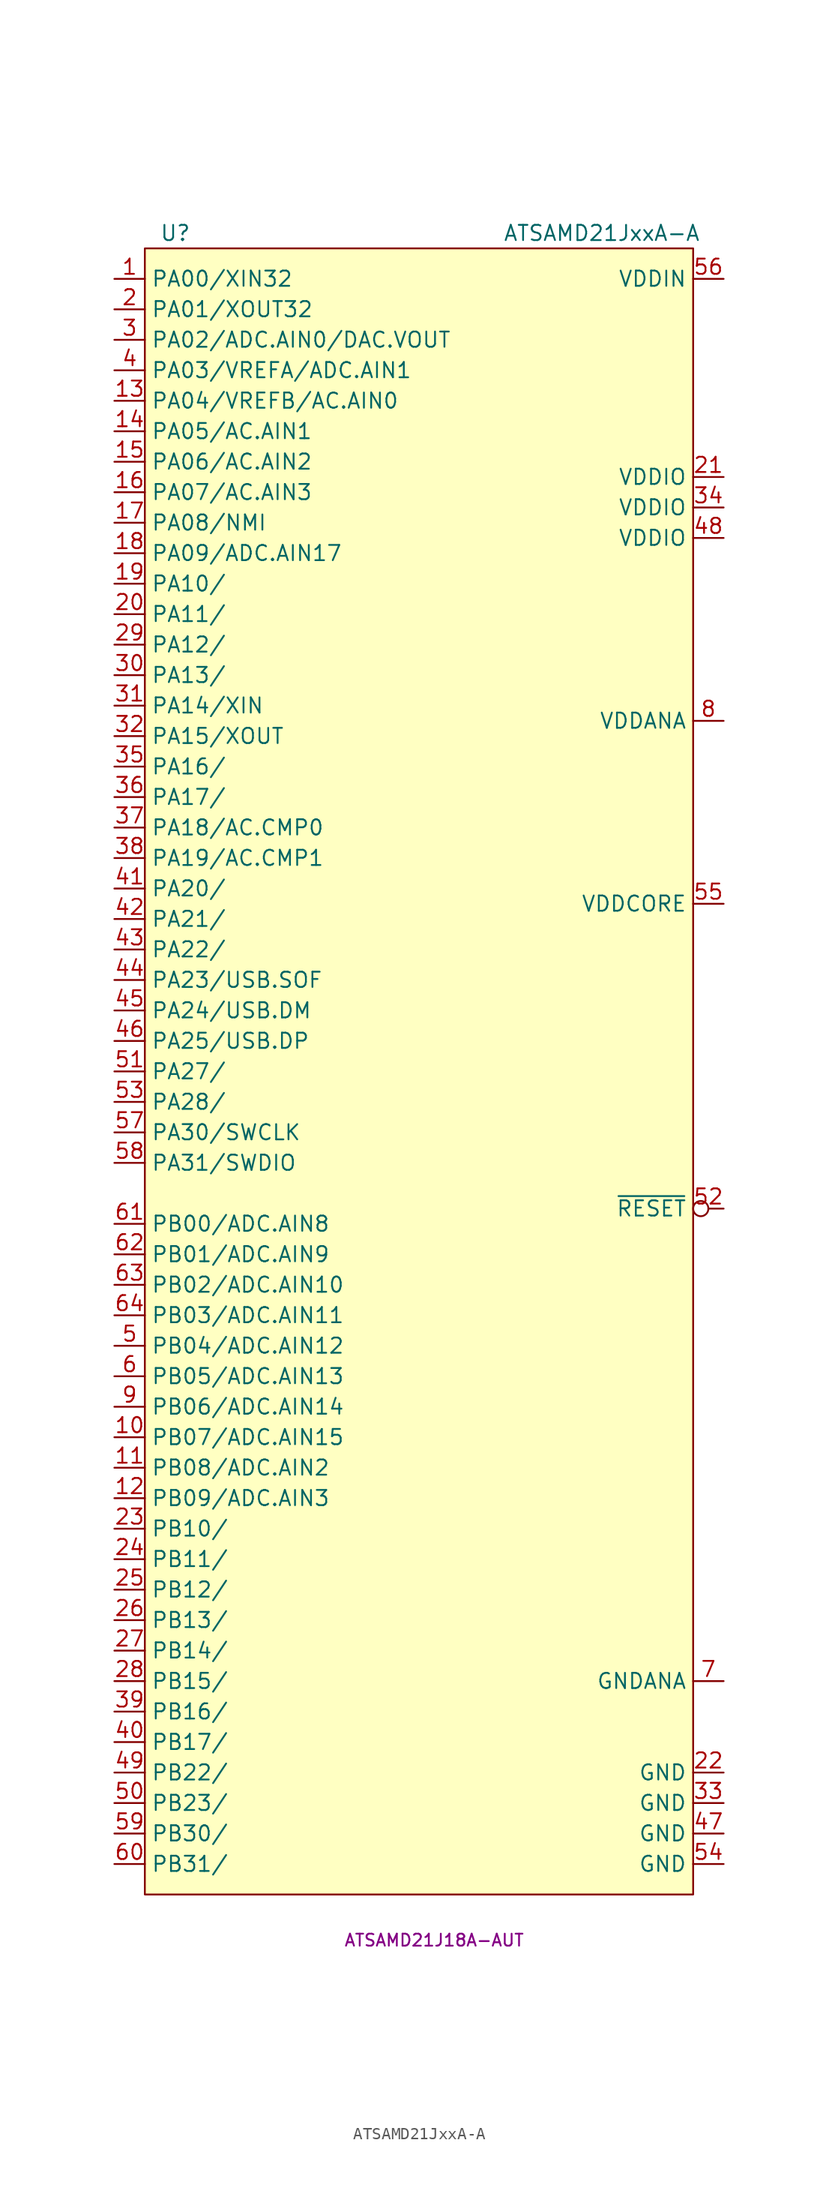
<source format=kicad_sym>
(kicad_symbol_lib
  (version 20231120)
  (generator "kicad_symbol_editor")
  (generator_version "8.0")
  (symbol "ATSAMD21JxxA-A"
    (property "Reference" "U"
      (at -20.32 71.12 0)
      (effects (font (size 1.27 1.27))))
    (property "Value" "ATSAMD21JxxA-A"
      (at 15.24 71.12 0)
      (effects (font (size 1.27 1.27))))
    (property "MPN" "ATSAMD21J18A-AUT"
      (at 1.27 -71.12 0)
      (effects (font (size 1 1))))
    (symbol "ATSAMD21JxxA-A_0_1"
      (rectangle (start -22.86 69.85) (end 22.86 -67.31) (stroke (width 0.152) (type default)) (fill (type background))))
    (symbol "ATSAMD21JxxA-A_1_1"
      (pin bidirectional line (at -25.4 67.31 0) (length 2.54) (name "PA00/XIN32" (effects (font (size 1.27 1.27)))) (number "1" (effects (font (size 1.27 1.27)))))
      (pin bidirectional line (at -25.4 -29.21 0) (length 2.54) (name "PB07/ADC.AIN15" (effects (font (size 1.27 1.27)))) (number "10" (effects (font (size 1.27 1.27)))))
      (pin bidirectional line (at -25.4 -31.75 0) (length 2.54) (name "PB08/ADC.AIN2" (effects (font (size 1.27 1.27)))) (number "11" (effects (font (size 1.27 1.27)))))
      (pin bidirectional line (at -25.4 -34.29 0) (length 2.54) (name "PB09/ADC.AIN3" (effects (font (size 1.27 1.27)))) (number "12" (effects (font (size 1.27 1.27)))))
      (pin bidirectional line (at -25.4 57.15 0) (length 2.54) (name "PA04/VREFB/AC.AIN0" (effects (font (size 1.27 1.27)))) (number "13" (effects (font (size 1.27 1.27)))))
      (pin bidirectional line (at -25.4 54.61 0) (length 2.54) (name "PA05/AC.AIN1" (effects (font (size 1.27 1.27)))) (number "14" (effects (font (size 1.27 1.27)))))
      (pin bidirectional line (at -25.4 52.07 0) (length 2.54) (name "PA06/AC.AIN2" (effects (font (size 1.27 1.27)))) (number "15" (effects (font (size 1.27 1.27)))))
      (pin bidirectional line (at -25.4 49.53 0) (length 2.54) (name "PA07/AC.AIN3" (effects (font (size 1.27 1.27)))) (number "16" (effects (font (size 1.27 1.27)))))
      (pin bidirectional line (at -25.4 46.99 0) (length 2.54) (name "PA08/NMI" (effects (font (size 1.27 1.27)))) (number "17" (effects (font (size 1.27 1.27)))))
      (pin bidirectional line (at -25.4 44.45 0) (length 2.54) (name "PA09/ADC.AIN17" (effects (font (size 1.27 1.27)))) (number "18" (effects (font (size 1.27 1.27)))))
      (pin bidirectional line (at -25.4 41.91 0) (length 2.54) (name "PA10/" (effects (font (size 1.27 1.27)))) (number "19" (effects (font (size 1.27 1.27)))))
      (pin bidirectional line (at -25.4 64.77 0) (length 2.54) (name "PA01/XOUT32" (effects (font (size 1.27 1.27)))) (number "2" (effects (font (size 1.27 1.27)))))
      (pin bidirectional line (at -25.4 39.37 0) (length 2.54) (name "PA11/" (effects (font (size 1.27 1.27)))) (number "20" (effects (font (size 1.27 1.27)))))
      (pin power_in line (at 25.4 50.8 180) (length 2.54) (name "VDDIO" (effects (font (size 1.27 1.27)))) (number "21" (effects (font (size 1.27 1.27)))))
      (pin power_in line (at 25.4 -57.15 180) (length 2.54) (name "GND" (effects (font (size 1.27 1.27)))) (number "22" (effects (font (size 1.27 1.27)))))
      (pin bidirectional line (at -25.4 -36.83 0) (length 2.54) (name "PB10/" (effects (font (size 1.27 1.27)))) (number "23" (effects (font (size 1.27 1.27)))))
      (pin bidirectional line (at -25.4 -39.37 0) (length 2.54) (name "PB11/" (effects (font (size 1.27 1.27)))) (number "24" (effects (font (size 1.27 1.27)))))
      (pin bidirectional line (at -25.4 -41.91 0) (length 2.54) (name "PB12/" (effects (font (size 1.27 1.27)))) (number "25" (effects (font (size 1.27 1.27)))))
      (pin bidirectional line (at -25.4 -44.45 0) (length 2.54) (name "PB13/" (effects (font (size 1.27 1.27)))) (number "26" (effects (font (size 1.27 1.27)))))
      (pin bidirectional line (at -25.4 -46.99 0) (length 2.54) (name "PB14/" (effects (font (size 1.27 1.27)))) (number "27" (effects (font (size 1.27 1.27)))))
      (pin bidirectional line (at -25.4 -49.53 0) (length 2.54) (name "PB15/" (effects (font (size 1.27 1.27)))) (number "28" (effects (font (size 1.27 1.27)))))
      (pin bidirectional line (at -25.4 36.83 0) (length 2.54) (name "PA12/" (effects (font (size 1.27 1.27)))) (number "29" (effects (font (size 1.27 1.27)))))
      (pin bidirectional line (at -25.4 62.23 0) (length 2.54) (name "PA02/ADC.AIN0/DAC.VOUT" (effects (font (size 1.27 1.27)))) (number "3" (effects (font (size 1.27 1.27)))))
      (pin bidirectional line (at -25.4 34.29 0) (length 2.54) (name "PA13/" (effects (font (size 1.27 1.27)))) (number "30" (effects (font (size 1.27 1.27)))))
      (pin bidirectional line (at -25.4 31.75 0) (length 2.54) (name "PA14/XIN" (effects (font (size 1.27 1.27)))) (number "31" (effects (font (size 1.27 1.27)))))
      (pin bidirectional line (at -25.4 29.21 0) (length 2.54) (name "PA15/XOUT" (effects (font (size 1.27 1.27)))) (number "32" (effects (font (size 1.27 1.27)))))
      (pin power_in line (at 25.4 -59.69 180) (length 2.54) (name "GND" (effects (font (size 1.27 1.27)))) (number "33" (effects (font (size 1.27 1.27)))))
      (pin power_in line (at 25.4 48.26 180) (length 2.54) (name "VDDIO" (effects (font (size 1.27 1.27)))) (number "34" (effects (font (size 1.27 1.27)))))
      (pin bidirectional line (at -25.4 26.67 0) (length 2.54) (name "PA16/" (effects (font (size 1.27 1.27)))) (number "35" (effects (font (size 1.27 1.27)))))
      (pin bidirectional line (at -25.4 24.13 0) (length 2.54) (name "PA17/" (effects (font (size 1.27 1.27)))) (number "36" (effects (font (size 1.27 1.27)))))
      (pin bidirectional line (at -25.4 21.59 0) (length 2.54) (name "PA18/AC.CMP0" (effects (font (size 1.27 1.27)))) (number "37" (effects (font (size 1.27 1.27)))))
      (pin bidirectional line (at -25.4 19.05 0) (length 2.54) (name "PA19/AC.CMP1" (effects (font (size 1.27 1.27)))) (number "38" (effects (font (size 1.27 1.27)))))
      (pin bidirectional line (at -25.4 -52.07 0) (length 2.54) (name "PB16/" (effects (font (size 1.27 1.27)))) (number "39" (effects (font (size 1.27 1.27)))))
      (pin bidirectional line (at -25.4 59.69 0) (length 2.54) (name "PA03/VREFA/ADC.AIN1" (effects (font (size 1.27 1.27)))) (number "4" (effects (font (size 1.27 1.27)))))
      (pin bidirectional line (at -25.4 -54.61 0) (length 2.54) (name "PB17/" (effects (font (size 1.27 1.27)))) (number "40" (effects (font (size 1.27 1.27)))))
      (pin bidirectional line (at -25.4 16.51 0) (length 2.54) (name "PA20/" (effects (font (size 1.27 1.27)))) (number "41" (effects (font (size 1.27 1.27)))))
      (pin bidirectional line (at -25.4 13.97 0) (length 2.54) (name "PA21/" (effects (font (size 1.27 1.27)))) (number "42" (effects (font (size 1.27 1.27)))))
      (pin bidirectional line (at -25.4 11.43 0) (length 2.54) (name "PA22/" (effects (font (size 1.27 1.27)))) (number "43" (effects (font (size 1.27 1.27)))))
      (pin bidirectional line (at -25.4 8.89 0) (length 2.54) (name "PA23/USB.SOF" (effects (font (size 1.27 1.27)))) (number "44" (effects (font (size 1.27 1.27)))))
      (pin bidirectional line (at -25.4 6.35 0) (length 2.54) (name "PA24/USB.DM" (effects (font (size 1.27 1.27)))) (number "45" (effects (font (size 1.27 1.27)))))
      (pin bidirectional line (at -25.4 3.81 0) (length 2.54) (name "PA25/USB.DP" (effects (font (size 1.27 1.27)))) (number "46" (effects (font (size 1.27 1.27)))))
      (pin power_in line (at 25.4 -62.23 180) (length 2.54) (name "GND" (effects (font (size 1.27 1.27)))) (number "47" (effects (font (size 1.27 1.27)))))
      (pin power_in line (at 25.4 45.72 180) (length 2.54) (name "VDDIO" (effects (font (size 1.27 1.27)))) (number "48" (effects (font (size 1.27 1.27)))))
      (pin bidirectional line (at -25.4 -57.15 0) (length 2.54) (name "PB22/" (effects (font (size 1.27 1.27)))) (number "49" (effects (font (size 1.27 1.27)))))
      (pin bidirectional line (at -25.4 -21.59 0) (length 2.54) (name "PB04/ADC.AIN12" (effects (font (size 1.27 1.27)))) (number "5" (effects (font (size 1.27 1.27)))))
      (pin bidirectional line (at -25.4 -59.69 0) (length 2.54) (name "PB23/" (effects (font (size 1.27 1.27)))) (number "50" (effects (font (size 1.27 1.27)))))
      (pin bidirectional line (at -25.4 1.27 0) (length 2.54) (name "PA27/" (effects (font (size 1.27 1.27)))) (number "51" (effects (font (size 1.27 1.27)))))
      (pin input inverted (at 25.4 -10.16 180) (length 2.54) (name "~{RESET}" (effects (font (size 1.27 1.27)))) (number "52" (effects (font (size 1.27 1.27)))))
      (pin bidirectional line (at -25.4 -1.27 0) (length 2.54) (name "PA28/" (effects (font (size 1.27 1.27)))) (number "53" (effects (font (size 1.27 1.27)))))
      (pin power_in line (at 25.4 -64.77 180) (length 2.54) (name "GND" (effects (font (size 1.27 1.27)))) (number "54" (effects (font (size 1.27 1.27)))))
      (pin power_out line (at 25.4 15.24 180) (length 2.54) (name "VDDCORE" (effects (font (size 1.27 1.27)))) (number "55" (effects (font (size 1.27 1.27)))))
      (pin power_in line (at 25.4 67.31 180) (length 2.54) (name "VDDIN" (effects (font (size 1.27 1.27)))) (number "56" (effects (font (size 1.27 1.27)))))
      (pin bidirectional line (at -25.4 -3.81 0) (length 2.54) (name "PA30/SWCLK" (effects (font (size 1.27 1.27)))) (number "57" (effects (font (size 1.27 1.27)))))
      (pin bidirectional line (at -25.4 -6.35 0) (length 2.54) (name "PA31/SWDIO" (effects (font (size 1.27 1.27)))) (number "58" (effects (font (size 1.27 1.27)))))
      (pin bidirectional line (at -25.4 -62.23 0) (length 2.54) (name "PB30/" (effects (font (size 1.27 1.27)))) (number "59" (effects (font (size 1.27 1.27)))))
      (pin bidirectional line (at -25.4 -24.13 0) (length 2.54) (name "PB05/ADC.AIN13" (effects (font (size 1.27 1.27)))) (number "6" (effects (font (size 1.27 1.27)))))
      (pin bidirectional line (at -25.4 -64.77 0) (length 2.54) (name "PB31/" (effects (font (size 1.27 1.27)))) (number "60" (effects (font (size 1.27 1.27)))))
      (pin bidirectional line (at -25.4 -11.43 0) (length 2.54) (name "PB00/ADC.AIN8" (effects (font (size 1.27 1.27)))) (number "61" (effects (font (size 1.27 1.27)))))
      (pin bidirectional line (at -25.4 -13.97 0) (length 2.54) (name "PB01/ADC.AIN9" (effects (font (size 1.27 1.27)))) (number "62" (effects (font (size 1.27 1.27)))))
      (pin bidirectional line (at -25.4 -16.51 0) (length 2.54) (name "PB02/ADC.AIN10" (effects (font (size 1.27 1.27)))) (number "63" (effects (font (size 1.27 1.27)))))
      (pin bidirectional line (at -25.4 -19.05 0) (length 2.54) (name "PB03/ADC.AIN11" (effects (font (size 1.27 1.27)))) (number "64" (effects (font (size 1.27 1.27)))))
      (pin power_in line (at 25.4 -49.53 180) (length 2.54) (name "GNDANA" (effects (font (size 1.27 1.27)))) (number "7" (effects (font (size 1.27 1.27)))))
      (pin power_in line (at 25.4 30.48 180) (length 2.54) (name "VDDANA" (effects (font (size 1.27 1.27)))) (number "8" (effects (font (size 1.27 1.27)))))
      (pin bidirectional line (at -25.4 -26.67 0) (length 2.54) (name "PB06/ADC.AIN14" (effects (font (size 1.27 1.27)))) (number "9" (effects (font (size 1.27 1.27))))))))
</source>
